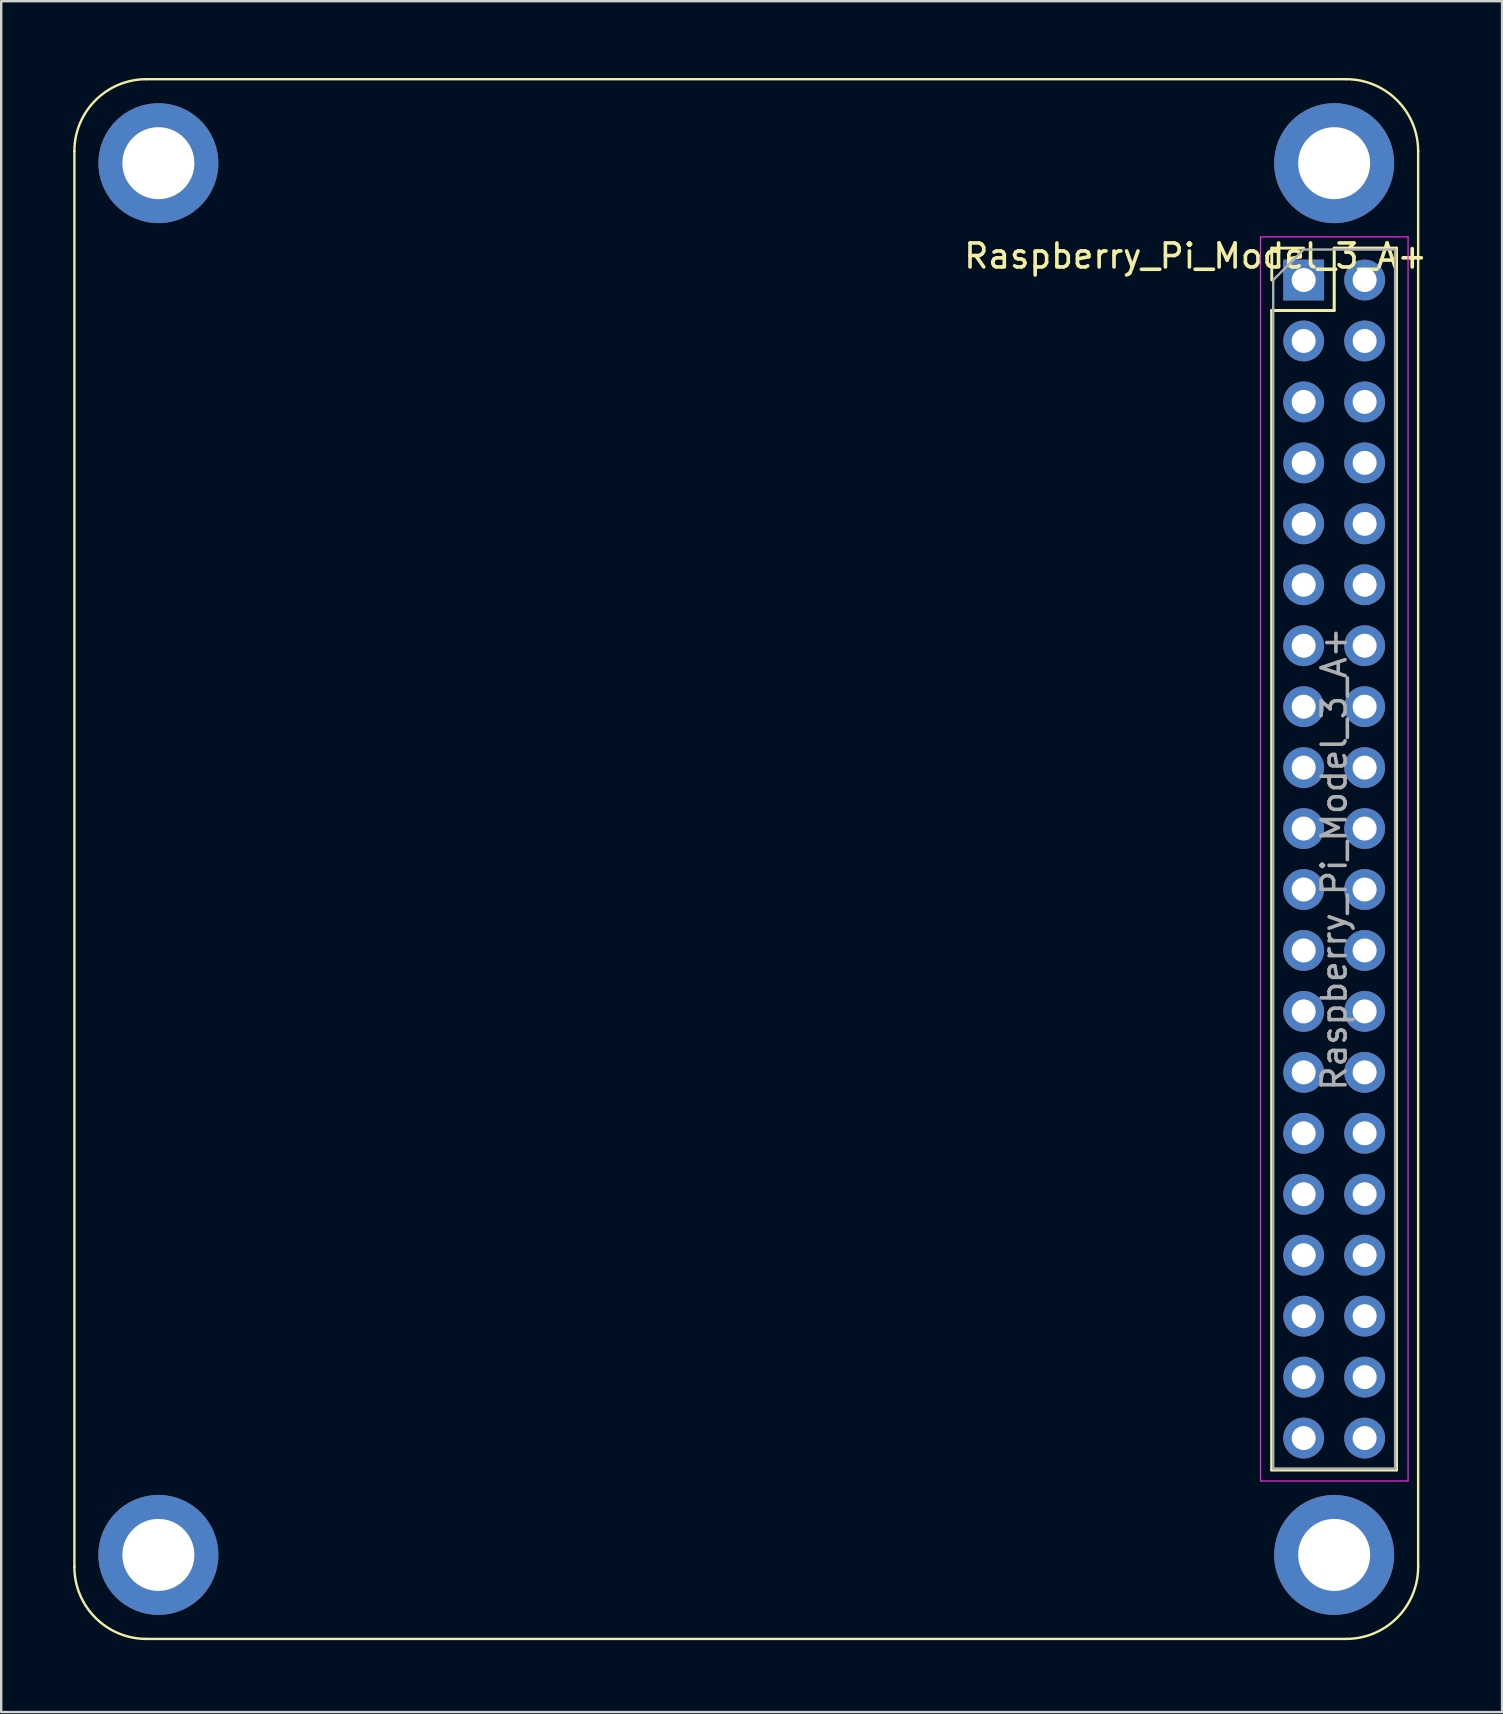
<source format=kicad_pcb>
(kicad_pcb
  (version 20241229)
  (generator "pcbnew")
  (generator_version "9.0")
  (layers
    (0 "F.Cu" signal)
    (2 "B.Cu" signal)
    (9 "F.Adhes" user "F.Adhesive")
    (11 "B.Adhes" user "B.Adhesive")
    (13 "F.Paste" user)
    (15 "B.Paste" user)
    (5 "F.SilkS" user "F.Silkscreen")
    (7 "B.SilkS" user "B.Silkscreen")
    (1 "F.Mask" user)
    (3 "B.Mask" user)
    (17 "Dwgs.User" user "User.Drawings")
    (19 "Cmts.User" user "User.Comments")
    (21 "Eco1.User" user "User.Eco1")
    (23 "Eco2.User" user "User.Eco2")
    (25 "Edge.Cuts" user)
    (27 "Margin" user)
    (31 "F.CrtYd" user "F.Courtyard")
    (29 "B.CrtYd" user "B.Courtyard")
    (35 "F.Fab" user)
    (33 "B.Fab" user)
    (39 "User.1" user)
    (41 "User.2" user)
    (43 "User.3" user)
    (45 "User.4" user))
  (footprint "Raspberry_Pi_Model_3_A+"
    (layer "F.Cu")
    (at 56.05 0.25)
    (property "Reference" "Raspberry_Pi_Model_3_A+" (at -9.27 7.37 0) (layer "F.SilkS") (effects (font (size 1 1) (thickness 0.15))))
    (attr through_hole)
    (fp_line (start -56 3) (end -56 62) (stroke (width 0.1) (type solid)) (layer "F.SilkS"))
    (fp_line (start -53 65) (end -3 65) (stroke (width 0.1) (type solid)) (layer "F.SilkS"))
    (fp_line (start -6.1 7.04) (end -4.77 7.04) (stroke (width 0.12) (type solid)) (layer "F.SilkS"))
    (fp_line (start -6.1 8.37) (end -6.1 7.04) (stroke (width 0.12) (type solid)) (layer "F.SilkS"))
    (fp_line (start -6.1 9.64) (end -3.5 9.64) (stroke (width 0.1) (type solid)) (layer "F.SilkS"))
    (fp_line (start -6.1 9.64) (end -6.1 57.96) (stroke (width 0.12) (type solid)) (layer "F.SilkS"))
    (fp_line (start -6.1 9.64) (end -3.5 9.64) (stroke (width 0.12) (type solid)) (layer "F.SilkS"))
    (fp_line (start -6.1 57.96) (end -6.1 9.64) (stroke (width 0.1) (type solid)) (layer "F.SilkS"))
    (fp_line (start -6.1 57.96) (end -0.9 57.96) (stroke (width 0.12) (type solid)) (layer "F.SilkS"))
    (fp_line (start -3.5 7.04) (end -3.5 9.64) (stroke (width 0.1) (type solid)) (layer "F.SilkS"))
    (fp_line (start -3.5 7.04) (end -0.9 7.04) (stroke (width 0.1) (type solid)) (layer "F.SilkS"))
    (fp_line (start -3.5 7.04) (end -0.9 7.04) (stroke (width 0.12) (type solid)) (layer "F.SilkS"))
    (fp_line (start -3.5 9.64) (end -3.5 7.04) (stroke (width 0.12) (type solid)) (layer "F.SilkS"))
    (fp_line (start -3 0) (end -53 -0.000001) (stroke (width 0.1) (type solid)) (layer "F.SilkS"))
    (fp_line (start -0.9 7.04) (end -0.9 57.96) (stroke (width 0.1) (type solid)) (layer "F.SilkS"))
    (fp_line (start -0.9 57.96) (end -6.1 57.96) (stroke (width 0.1) (type solid)) (layer "F.SilkS"))
    (fp_line (start -0.9 7.04) (end -0.9 57.96) (stroke (width 0.12) (type solid)) (layer "F.SilkS"))
    (fp_line (start 0.000099 62) (end 0.0001 3) (stroke (width 0.1) (type solid)) (layer "F.SilkS"))
    (fp_arc (start -55.9999 2.999999) (mid -55.12122 0.878679) (end -52.9999 -0.000001) (stroke (width 0.1) (type solid)) (layer "F.SilkS"))
    (fp_arc (start -52.9999 64.999998) (mid -55.12122 64.121318) (end -55.9999 61.999998) (stroke (width 0.1) (type solid)) (layer "F.SilkS"))
    (fp_arc (start -2.999901 -0.000001) (mid -0.87858 0.878679) (end 0.0001 3) (stroke (width 0.1) (type solid)) (layer "F.SilkS"))
    (fp_arc (start 0.0001 62) (mid -0.87858 64.12132) (end -2.999901 64.999999) (stroke (width 0.1) (type solid)) (layer "F.SilkS"))
    (fp_line (start -6.57 6.57) (end -6.57 58.42) (stroke (width 0.05) (type solid)) (layer "F.CrtYd"))
    (fp_line (start -6.57 58.42) (end -0.42 58.42) (stroke (width 0.05) (type solid)) (layer "F.CrtYd"))
    (fp_line (start -0.42 6.57) (end -6.57 6.57) (stroke (width 0.05) (type solid)) (layer "F.CrtYd"))
    (fp_line (start -0.42 58.42) (end -0.42 6.57) (stroke (width 0.05) (type solid)) (layer "F.CrtYd"))
    (fp_line (start -6.04 8.37) (end -4.77 7.1) (stroke (width 0.1) (type solid)) (layer "F.Fab"))
    (fp_line (start -6.04 57.9) (end -6.04 8.37) (stroke (width 0.1) (type solid)) (layer "F.Fab"))
    (fp_line (start -4.77 7.1) (end -0.96 7.1) (stroke (width 0.1) (type solid)) (layer "F.Fab"))
    (fp_line (start -0.96 7.1) (end -0.96 57.9) (stroke (width 0.1) (type solid)) (layer "F.Fab"))
    (fp_line (start -0.96 57.9) (end -6.04 57.9) (stroke (width 0.1) (type solid)) (layer "F.Fab"))
    (fp_text user "${REFERENCE}" (at -3.5 32.5 90) (layer "F.Fab") (effects (font (size 1 1) (thickness 0.15))))
    (pad "1" thru_hole rect (at -4.77 8.37) (size 1.7 1.7) (drill 1) (layers "*.Cu" "*.Mask"))
    (pad "2" thru_hole oval (at -2.23 8.37) (size 1.7 1.7) (drill 1) (layers "*.Cu" "*.Mask"))
    (pad "3" thru_hole oval (at -4.77 10.91) (size 1.7 1.7) (drill 1) (layers "*.Cu" "*.Mask"))
    (pad "4" thru_hole oval (at -2.23 10.91) (size 1.7 1.7) (drill 1) (layers "*.Cu" "*.Mask"))
    (pad "5" thru_hole oval (at -4.77 13.45) (size 1.7 1.7) (drill 1) (layers "*.Cu" "*.Mask"))
    (pad "6" thru_hole oval (at -2.23 13.45) (size 1.7 1.7) (drill 1) (layers "*.Cu" "*.Mask"))
    (pad "7" thru_hole oval (at -4.77 15.99) (size 1.7 1.7) (drill 1) (layers "*.Cu" "*.Mask"))
    (pad "8" thru_hole oval (at -2.23 15.99) (size 1.7 1.7) (drill 1) (layers "*.Cu" "*.Mask"))
    (pad "9" thru_hole oval (at -4.77 18.53) (size 1.7 1.7) (drill 1) (layers "*.Cu" "*.Mask"))
    (pad "10" thru_hole oval (at -2.23 18.53) (size 1.7 1.7) (drill 1) (layers "*.Cu" "*.Mask"))
    (pad "11" thru_hole oval (at -4.77 21.07) (size 1.7 1.7) (drill 1) (layers "*.Cu" "*.Mask"))
    (pad "12" thru_hole oval (at -2.23 21.07) (size 1.7 1.7) (drill 1) (layers "*.Cu" "*.Mask"))
    (pad "13" thru_hole oval (at -4.77 23.61) (size 1.7 1.7) (drill 1) (layers "*.Cu" "*.Mask"))
    (pad "14" thru_hole oval (at -2.23 23.61) (size 1.7 1.7) (drill 1) (layers "*.Cu" "*.Mask"))
    (pad "15" thru_hole oval (at -4.77 26.15) (size 1.7 1.7) (drill 1) (layers "*.Cu" "*.Mask"))
    (pad "16" thru_hole oval (at -2.23 26.15) (size 1.7 1.7) (drill 1) (layers "*.Cu" "*.Mask"))
    (pad "17" thru_hole oval (at -4.77 28.69) (size 1.7 1.7) (drill 1) (layers "*.Cu" "*.Mask"))
    (pad "18" thru_hole oval (at -2.23 28.69) (size 1.7 1.7) (drill 1) (layers "*.Cu" "*.Mask"))
    (pad "19" thru_hole oval (at -4.77 31.23) (size 1.7 1.7) (drill 1) (layers "*.Cu" "*.Mask"))
    (pad "20" thru_hole oval (at -2.23 31.23) (size 1.7 1.7) (drill 1) (layers "*.Cu" "*.Mask"))
    (pad "21" thru_hole oval (at -4.77 33.77) (size 1.7 1.7) (drill 1) (layers "*.Cu" "*.Mask"))
    (pad "22" thru_hole oval (at -2.23 33.77) (size 1.7 1.7) (drill 1) (layers "*.Cu" "*.Mask"))
    (pad "23" thru_hole oval (at -4.77 36.31) (size 1.7 1.7) (drill 1) (layers "*.Cu" "*.Mask"))
    (pad "24" thru_hole oval (at -2.23 36.31) (size 1.7 1.7) (drill 1) (layers "*.Cu" "*.Mask"))
    (pad "25" thru_hole oval (at -4.77 38.85) (size 1.7 1.7) (drill 1) (layers "*.Cu" "*.Mask"))
    (pad "26" thru_hole oval (at -2.23 38.85) (size 1.7 1.7) (drill 1) (layers "*.Cu" "*.Mask"))
    (pad "27" thru_hole oval (at -4.77 41.39) (size 1.7 1.7) (drill 1) (layers "*.Cu" "*.Mask"))
    (pad "28" thru_hole oval (at -2.23 41.39) (size 1.7 1.7) (drill 1) (layers "*.Cu" "*.Mask"))
    (pad "29" thru_hole oval (at -4.77 43.93) (size 1.7 1.7) (drill 1) (layers "*.Cu" "*.Mask"))
    (pad "30" thru_hole oval (at -2.23 43.93) (size 1.7 1.7) (drill 1) (layers "*.Cu" "*.Mask"))
    (pad "31" thru_hole oval (at -4.77 46.47) (size 1.7 1.7) (drill 1) (layers "*.Cu" "*.Mask"))
    (pad "32" thru_hole oval (at -2.23 46.47) (size 1.7 1.7) (drill 1) (layers "*.Cu" "*.Mask"))
    (pad "33" thru_hole oval (at -4.77 49.01) (size 1.7 1.7) (drill 1) (layers "*.Cu" "*.Mask"))
    (pad "34" thru_hole oval (at -2.23 49.01) (size 1.7 1.7) (drill 1) (layers "*.Cu" "*.Mask"))
    (pad "35" thru_hole oval (at -4.77 51.55) (size 1.7 1.7) (drill 1) (layers "*.Cu" "*.Mask"))
    (pad "36" thru_hole oval (at -2.23 51.55) (size 1.7 1.7) (drill 1) (layers "*.Cu" "*.Mask"))
    (pad "37" thru_hole oval (at -4.77 54.09) (size 1.7 1.7) (drill 1) (layers "*.Cu" "*.Mask"))
    (pad "38" thru_hole oval (at -2.23 54.09) (size 1.7 1.7) (drill 1) (layers "*.Cu" "*.Mask"))
    (pad "39" thru_hole oval (at -4.77 56.63) (size 1.7 1.7) (drill 1) (layers "*.Cu" "*.Mask"))
    (pad "40" thru_hole oval (at -2.23 56.63) (size 1.7 1.7) (drill 1) (layers "*.Cu" "*.Mask"))
    (pad "41" thru_hole circle (at -3.5 3.5) (size 5 5) (drill 3) (layers "*.Cu" "*.Mask"))
    (pad "42" thru_hole circle (at -3.5 61.5) (size 5 5) (drill 3) (layers "*.Cu" "*.Mask"))
    (pad "43" thru_hole custom (at -52.5 3.5) (size 5 5) (drill 3) (layers "*.Cu" "*.Mask") (options (anchor circle)) (primitives))
    (pad "44" thru_hole circle (at -52.5 61.5) (size 5 5) (drill 3) (layers "*.Cu" "*.Mask")))
  (gr_rect
    (start -3 -3)
    (end 59.548 68.3)
    (stroke (width 0.1) (type default))
    (fill no)
    (layer "Edge.Cuts")))
</source>
